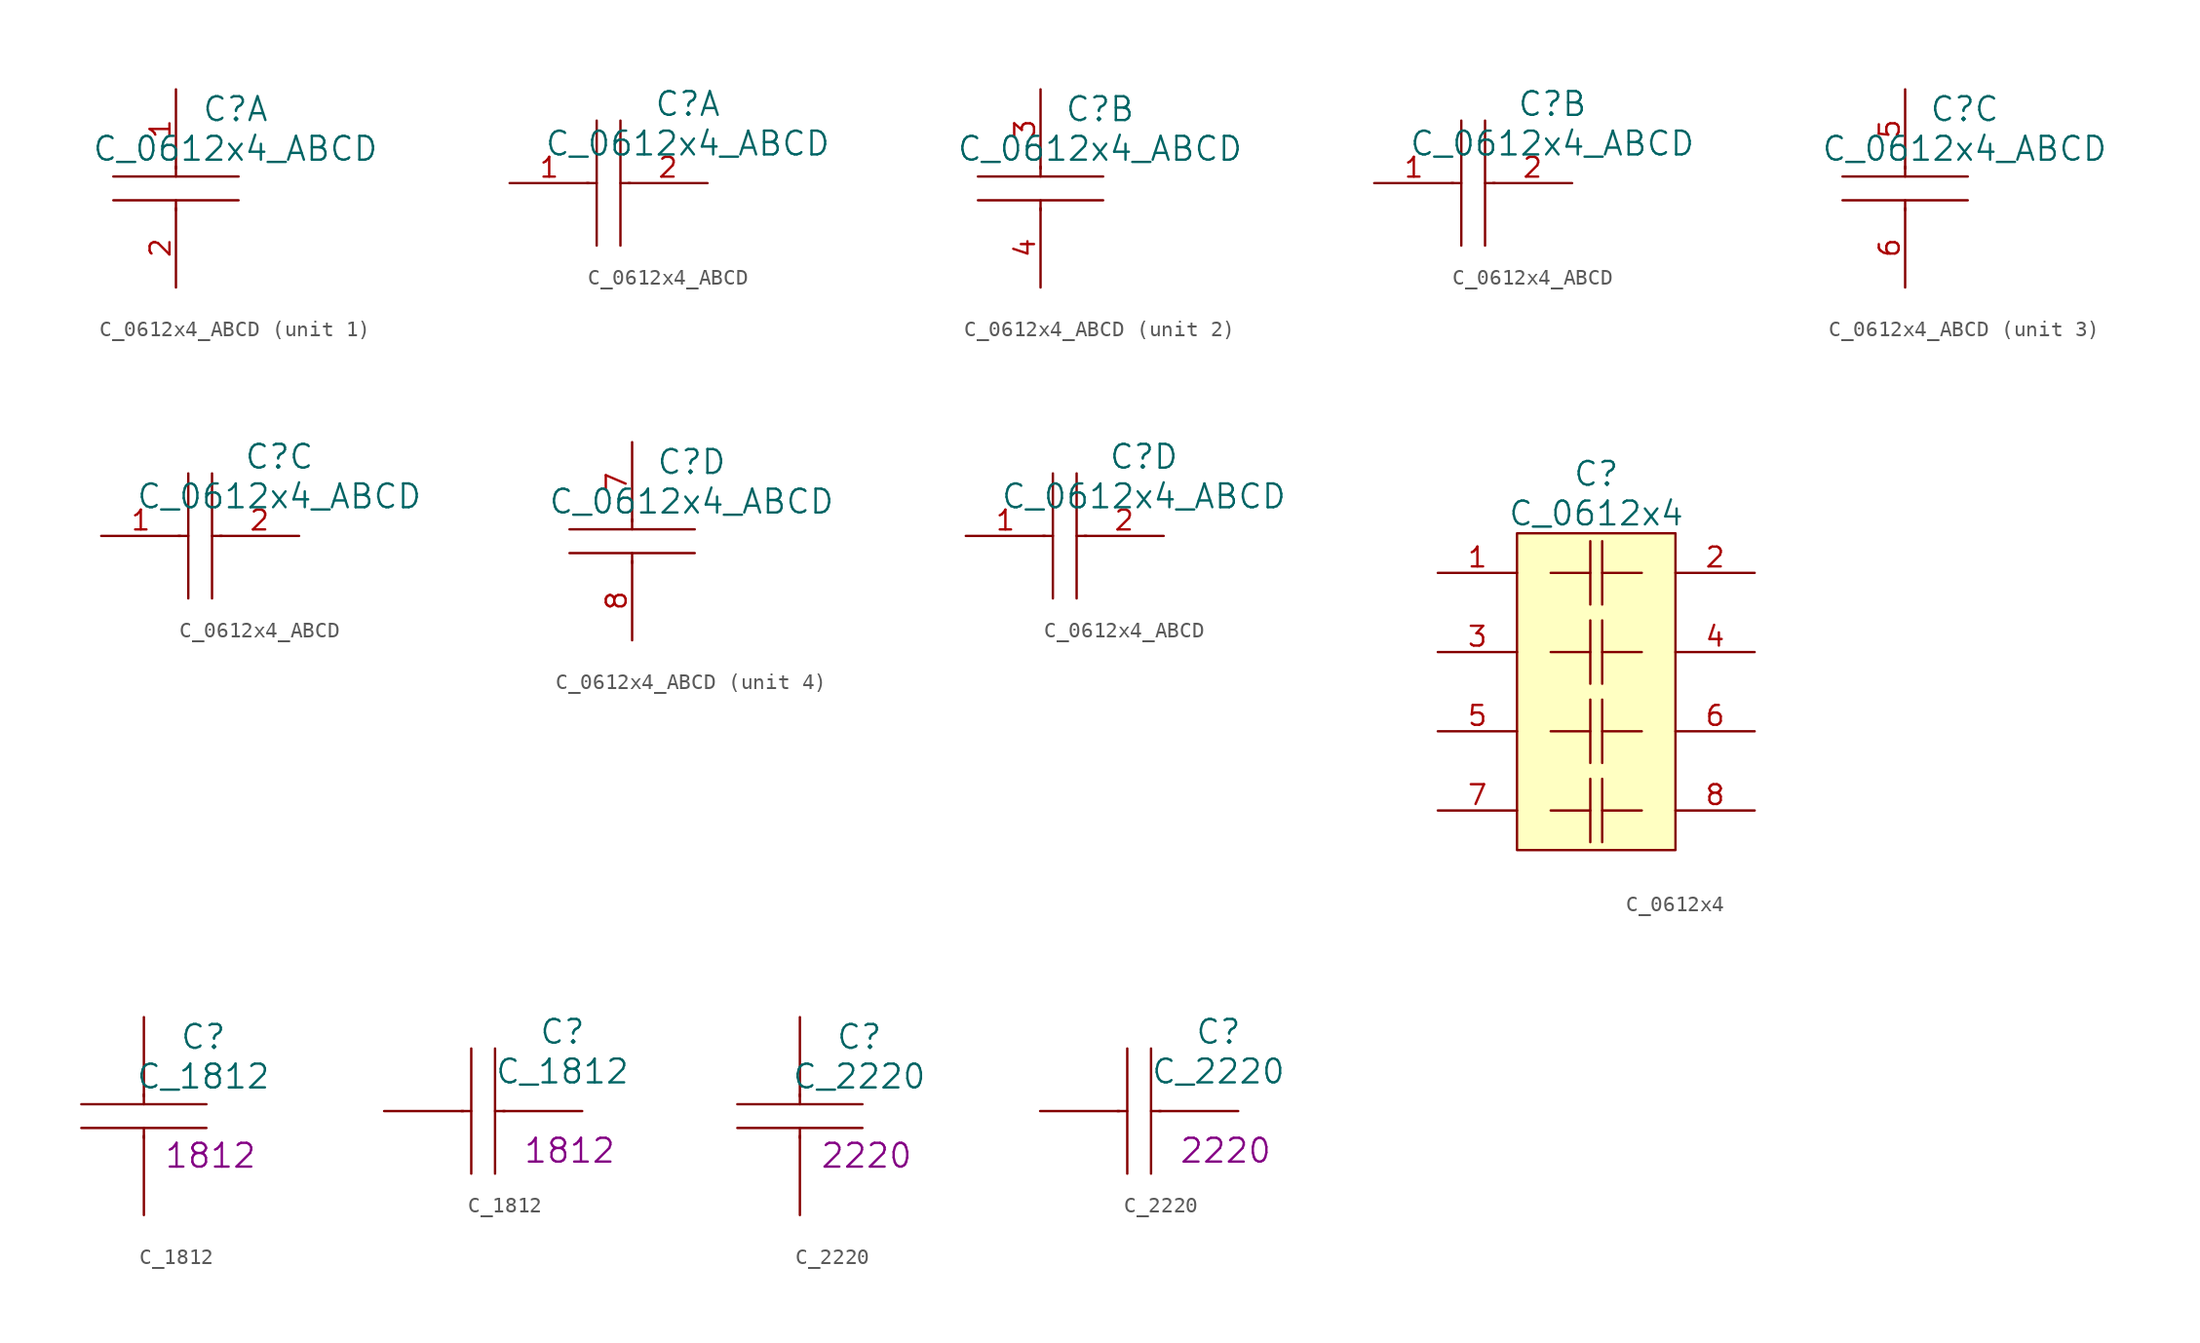
<source format=kicad_sym>
(kicad_symbol_lib
  (version 20220914)
  (generator kicad_symbol_editor)
  (symbol "C_0612x4_ABCD"
    (pin_names
      (offset 1.016) hide)
    (property "Reference" "C"
      (at 3.81 5.08 0)
      (effects (font (size 1.524 1.524))))
    (property "Value" "C_0612x4_ABCD"
      (at 3.81 2.54 0)
      (effects (font (size 1.524 1.524))))
    (property "Datasheet" ""
      (at 0 6.35 0)
      (effects (font (size 1.524 1.524))))
    (symbol "C_0612x4_ABCD_0_1"
      (polyline (pts (xy 0 -1.397) (xy 0 -0.762)) (stroke (width 0) (type solid)) (fill (type none)))
      (polyline (pts (xy 0 1.397) (xy 0 0.762)) (stroke (width 0) (type solid)) (fill (type none)))
      (polyline (pts (xy 4.013 -0.762) (xy -4.013 -0.762)) (stroke (width 0) (type solid)) (fill (type none)))
      (polyline (pts (xy 4.013 0.762) (xy -4.013 0.762)) (stroke (width 0) (type solid)) (fill (type none))))
    (symbol "C_0612x4_ABCD_0_2"
      (polyline (pts (xy -2.667 0) (xy -2.032 0)) (stroke (width 0) (type solid)) (fill (type none)))
      (polyline (pts (xy -2.032 4.013) (xy -2.032 -4.013)) (stroke (width 0) (type solid)) (fill (type none)))
      (polyline (pts (xy -0.508 4.013) (xy -0.508 -4.013)) (stroke (width 0) (type solid)) (fill (type none)))
      (polyline (pts (xy 0.127 0) (xy -0.508 0)) (stroke (width 0) (type solid)) (fill (type none))))
    (symbol "C_0612x4_ABCD_1_1"
      (pin passive line (at 0 6.35 270) (length 5.08) (name "~" (effects (font (size 1.27 1.27)))) (number "1" (effects (font (size 1.27 1.27)))))
      (pin passive line (at 0 -6.35 90) (length 5.08) (name "~" (effects (font (size 1.27 1.27)))) (number "2" (effects (font (size 1.27 1.27))))))
    (symbol "C_0612x4_ABCD_1_2"
      (pin passive line (at -7.62 0 0) (length 5.08) (name "~" (effects (font (size 1.27 1.27)))) (number "1" (effects (font (size 1.27 1.27)))))
      (pin passive line (at 5.08 0 180) (length 5.08) (name "~" (effects (font (size 1.27 1.27)))) (number "2" (effects (font (size 1.27 1.27))))))
    (symbol "C_0612x4_ABCD_2_1"
      (pin passive line (at 0 6.35 270) (length 5.08) (name "~" (effects (font (size 1.27 1.27)))) (number "3" (effects (font (size 1.27 1.27)))))
      (pin passive line (at 0 -6.35 90) (length 5.08) (name "~" (effects (font (size 1.27 1.27)))) (number "4" (effects (font (size 1.27 1.27))))))
    (symbol "C_0612x4_ABCD_2_2"
      (pin passive line (at -7.62 0 0) (length 5.08) (name "~" (effects (font (size 1.27 1.27)))) (number "1" (effects (font (size 1.27 1.27)))))
      (pin passive line (at 5.08 0 180) (length 5.08) (name "~" (effects (font (size 1.27 1.27)))) (number "2" (effects (font (size 1.27 1.27))))))
    (symbol "C_0612x4_ABCD_3_1"
      (pin passive line (at 0 6.35 270) (length 5.08) (name "~" (effects (font (size 1.27 1.27)))) (number "5" (effects (font (size 1.27 1.27)))))
      (pin passive line (at 0 -6.35 90) (length 5.08) (name "~" (effects (font (size 1.27 1.27)))) (number "6" (effects (font (size 1.27 1.27))))))
    (symbol "C_0612x4_ABCD_3_2"
      (pin passive line (at -7.62 0 0) (length 5.08) (name "~" (effects (font (size 1.27 1.27)))) (number "1" (effects (font (size 1.27 1.27)))))
      (pin passive line (at 5.08 0 180) (length 5.08) (name "~" (effects (font (size 1.27 1.27)))) (number "2" (effects (font (size 1.27 1.27))))))
    (symbol "C_0612x4_ABCD_4_1"
      (pin passive line (at 0 6.35 270) (length 5.08) (name "~" (effects (font (size 1.27 1.27)))) (number "7" (effects (font (size 1.27 1.27)))))
      (pin passive line (at 0 -6.35 90) (length 5.08) (name "~" (effects (font (size 1.27 1.27)))) (number "8" (effects (font (size 1.27 1.27))))))
    (symbol "C_0612x4_ABCD_4_2"
      (pin passive line (at -7.62 0 0) (length 5.08) (name "~" (effects (font (size 1.27 1.27)))) (number "1" (effects (font (size 1.27 1.27)))))
      (pin passive line (at 5.08 0 180) (length 5.08) (name "~" (effects (font (size 1.27 1.27)))) (number "2" (effects (font (size 1.27 1.27)))))))
  (symbol "C_0612x4"
    (pin_names
      (offset 1.016) hide)
    (property "Reference" "C"
      (at 0 13.97 0)
      (effects (font (size 1.524 1.524))))
    (property "Value" "C_0612x4"
      (at 0 11.43 0)
      (effects (font (size 1.524 1.524))))
    (property "Datasheet" ""
      (at 20.32 0 90)
      (effects (font (size 1.524 1.524))))
    (symbol "C_0612x4_0_1"
      (rectangle (start -5.08 10.16) (end 5.08 -10.16) (stroke (width 0) (type solid)) (fill (type background)))
      (polyline (pts (xy -0.381 -7.62) (xy -2.921 -7.62)) (stroke (width 0) (type solid)) (fill (type none)))
      (polyline (pts (xy -0.381 -5.588) (xy -0.381 -9.652)) (stroke (width 0) (type solid)) (fill (type none)))
      (polyline (pts (xy -0.381 -2.54) (xy -2.921 -2.54)) (stroke (width 0) (type solid)) (fill (type none)))
      (polyline (pts (xy -0.381 -0.508) (xy -0.381 -4.572)) (stroke (width 0) (type solid)) (fill (type none)))
      (polyline (pts (xy -0.381 2.54) (xy -2.921 2.54)) (stroke (width 0) (type solid)) (fill (type none)))
      (polyline (pts (xy -0.381 4.572) (xy -0.381 0.508)) (stroke (width 0) (type solid)) (fill (type none)))
      (polyline (pts (xy -0.381 7.62) (xy -2.921 7.62)) (stroke (width 0) (type solid)) (fill (type none)))
      (polyline (pts (xy -0.381 9.652) (xy -0.381 5.588)) (stroke (width 0) (type solid)) (fill (type none)))
      (polyline (pts (xy 0.381 -7.62) (xy 2.921 -7.62)) (stroke (width 0) (type solid)) (fill (type none)))
      (polyline (pts (xy 0.381 -5.588) (xy 0.381 -9.652)) (stroke (width 0) (type solid)) (fill (type none)))
      (polyline (pts (xy 0.381 -2.54) (xy 2.921 -2.54)) (stroke (width 0) (type solid)) (fill (type none)))
      (polyline (pts (xy 0.381 -0.508) (xy 0.381 -4.572)) (stroke (width 0) (type solid)) (fill (type none)))
      (polyline (pts (xy 0.381 2.54) (xy 2.921 2.54)) (stroke (width 0) (type solid)) (fill (type none)))
      (polyline (pts (xy 0.381 4.572) (xy 0.381 0.508)) (stroke (width 0) (type solid)) (fill (type none)))
      (polyline (pts (xy 0.381 7.62) (xy 2.921 7.62)) (stroke (width 0) (type solid)) (fill (type none)))
      (polyline (pts (xy 0.381 9.652) (xy 0.381 5.588)) (stroke (width 0) (type solid)) (fill (type none))))
    (symbol "C_0612x4_1_1"
      (pin passive line (at -10.16 7.62 0) (length 5.08) (name "~" (effects (font (size 1.27 1.27)))) (number "1" (effects (font (size 1.27 1.27)))))
      (pin passive line (at 10.16 7.62 180) (length 5.08) (name "~" (effects (font (size 1.27 1.27)))) (number "2" (effects (font (size 1.27 1.27)))))
      (pin passive line (at -10.16 2.54 0) (length 5.08) (name "~" (effects (font (size 1.27 1.27)))) (number "3" (effects (font (size 1.27 1.27)))))
      (pin passive line (at 10.16 2.54 180) (length 5.08) (name "~" (effects (font (size 1.27 1.27)))) (number "4" (effects (font (size 1.27 1.27)))))
      (pin passive line (at -10.16 -2.54 0) (length 5.08) (name "~" (effects (font (size 1.27 1.27)))) (number "5" (effects (font (size 1.27 1.27)))))
      (pin passive line (at 10.16 -2.54 180) (length 5.08) (name "~" (effects (font (size 1.27 1.27)))) (number "6" (effects (font (size 1.27 1.27)))))
      (pin passive line (at -10.16 -7.62 0) (length 5.08) (name "~" (effects (font (size 1.27 1.27)))) (number "7" (effects (font (size 1.27 1.27)))))
      (pin passive line (at 10.16 -7.62 180) (length 5.08) (name "~" (effects (font (size 1.27 1.27)))) (number "8" (effects (font (size 1.27 1.27)))))))
  (symbol "C_1812"
    (pin_numbers hide)
    (pin_names
      (offset 1.016) hide)
    (property "Reference" "C"
      (at 3.81 5.08 0)
      (effects (font (size 1.524 1.524))))
    (property "Value" "C_1812"
      (at 3.81 2.54 0)
      (effects (font (size 1.524 1.524))))
    (property "Datasheet" ""
      (at 0 6.35 0)
      (effects (font (size 1.524 1.524))))
    (property "Size" "1812"
      (at 1.27 -2.54 0)
      (effects (font (size 1.524 1.524)) (justify left)))
    (symbol "C_1812_0_1"
      (polyline (pts (xy 0 -1.397) (xy 0 -0.762)) (stroke (width 0) (type solid)) (fill (type none)))
      (polyline (pts (xy 0 1.397) (xy 0 0.762)) (stroke (width 0) (type solid)) (fill (type none)))
      (polyline (pts (xy 4.013 -0.762) (xy -4.013 -0.762)) (stroke (width 0) (type solid)) (fill (type none)))
      (polyline (pts (xy 4.013 0.762) (xy -4.013 0.762)) (stroke (width 0) (type solid)) (fill (type none))))
    (symbol "C_1812_0_2"
      (polyline (pts (xy -2.667 0) (xy -2.032 0)) (stroke (width 0) (type solid)) (fill (type none)))
      (polyline (pts (xy -2.032 4.013) (xy -2.032 -4.013)) (stroke (width 0) (type solid)) (fill (type none)))
      (polyline (pts (xy -0.508 4.013) (xy -0.508 -4.013)) (stroke (width 0) (type solid)) (fill (type none)))
      (polyline (pts (xy 0.127 0) (xy -0.508 0)) (stroke (width 0) (type solid)) (fill (type none))))
    (symbol "C_1812_1_1"
      (pin passive line (at 0 6.35 270) (length 5.08) (name "~" (effects (font (size 1.27 1.27)))) (number "1" (effects (font (size 1.27 1.27)))))
      (pin passive line (at 0 -6.35 90) (length 5.08) (name "~" (effects (font (size 1.27 1.27)))) (number "2" (effects (font (size 1.27 1.27))))))
    (symbol "C_1812_1_2"
      (pin passive line (at -7.62 0 0) (length 5.08) (name "~" (effects (font (size 1.27 1.27)))) (number "1" (effects (font (size 1.27 1.27)))))
      (pin passive line (at 5.08 0 180) (length 5.08) (name "~" (effects (font (size 1.27 1.27)))) (number "2" (effects (font (size 1.27 1.27)))))))
  (symbol "C_2220"
    (pin_numbers hide)
    (pin_names
      (offset 1.016) hide)
    (property "Reference" "C"
      (at 3.81 5.08 0)
      (effects (font (size 1.524 1.524))))
    (property "Value" "C_2220"
      (at 3.81 2.54 0)
      (effects (font (size 1.524 1.524))))
    (property "Datasheet" ""
      (at 0 6.35 0)
      (effects (font (size 1.524 1.524))))
    (property "Size" "2220"
      (at 1.27 -2.54 0)
      (effects (font (size 1.524 1.524)) (justify left)))
    (symbol "C_2220_0_1"
      (polyline (pts (xy 0 -1.397) (xy 0 -0.762)) (stroke (width 0) (type solid)) (fill (type none)))
      (polyline (pts (xy 0 1.397) (xy 0 0.762)) (stroke (width 0) (type solid)) (fill (type none)))
      (polyline (pts (xy 4.013 -0.762) (xy -4.013 -0.762)) (stroke (width 0) (type solid)) (fill (type none)))
      (polyline (pts (xy 4.013 0.762) (xy -4.013 0.762)) (stroke (width 0) (type solid)) (fill (type none))))
    (symbol "C_2220_0_2"
      (polyline (pts (xy -2.667 0) (xy -2.032 0)) (stroke (width 0) (type solid)) (fill (type none)))
      (polyline (pts (xy -2.032 4.013) (xy -2.032 -4.013)) (stroke (width 0) (type solid)) (fill (type none)))
      (polyline (pts (xy -0.508 4.013) (xy -0.508 -4.013)) (stroke (width 0) (type solid)) (fill (type none)))
      (polyline (pts (xy 0.127 0) (xy -0.508 0)) (stroke (width 0) (type solid)) (fill (type none))))
    (symbol "C_2220_1_1"
      (pin passive line (at 0 6.35 270) (length 5.08) (name "~" (effects (font (size 1.27 1.27)))) (number "1" (effects (font (size 1.27 1.27)))))
      (pin passive line (at 0 -6.35 90) (length 5.08) (name "~" (effects (font (size 1.27 1.27)))) (number "2" (effects (font (size 1.27 1.27))))))
    (symbol "C_2220_1_2"
      (pin passive line (at -7.62 0 0) (length 5.08) (name "~" (effects (font (size 1.27 1.27)))) (number "1" (effects (font (size 1.27 1.27)))))
      (pin passive line (at 5.08 0 180) (length 5.08) (name "~" (effects (font (size 1.27 1.27)))) (number "2" (effects (font (size 1.27 1.27))))))))
</source>
